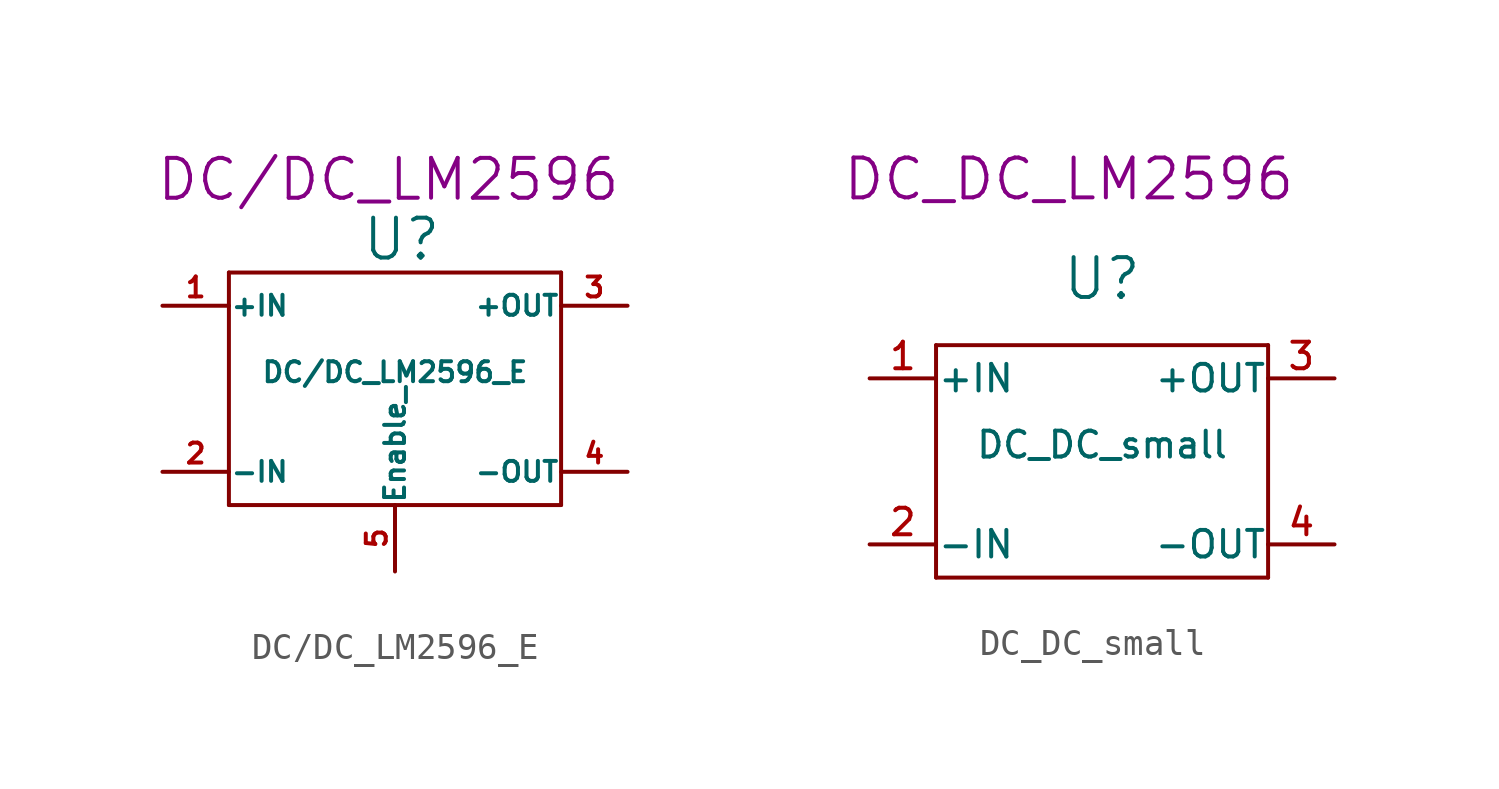
<source format=kicad_sym>
(kicad_symbol_lib
  (version 20220914)
  (generator kicad_symbol_editor)
  (symbol "DC/DC_LM2596_E"
    (pin_names
      (offset 0.025))
    (property "Reference" "U"
      (at 0.254 5.588 0)
      (effects (font (size 1.524 1.524))))
    (property "Value" "DC/DC_LM2596_E"
      (at 0 0.508 0)
      (effects (font (size 0.762 0.762))))
    (property "Footprint" "DC/DC_LM2596"
      (at -0.254 7.874 0)
      (effects (font (size 1.524 1.524))))
    (property "Datasheet" ""
      (at 0 -0.762 0)
      (effects (font (size 1.524 1.524))))
    (symbol "DC/DC_LM2596_E_0_1"
      (rectangle (start -6.35 4.318) (end -6.35 -4.572) (stroke (width 0) (type solid)) (fill (type none)))
      (rectangle (start -6.35 4.318) (end 6.35 4.318) (stroke (width 0) (type solid)) (fill (type none)))
      (rectangle (start 6.35 -4.572) (end -6.35 -4.572) (stroke (width 0) (type solid)) (fill (type none)))
      (rectangle (start 6.35 4.318) (end 6.35 -4.572) (stroke (width 0) (type solid)) (fill (type none))))
    (symbol "DC/DC_LM2596_E_1_1"
      (pin power_in line (at -8.89 3.048 0) (length 2.54) (name "+IN" (effects (font (size 0.762 0.762)))) (number "1" (effects (font (size 0.762 0.762)))))
      (pin power_in line (at -8.89 -3.302 0) (length 2.54) (name "-IN" (effects (font (size 0.762 0.762)))) (number "2" (effects (font (size 0.762 0.762)))))
      (pin power_out line (at 8.89 3.048 180) (length 2.54) (name "+OUT" (effects (font (size 0.762 0.762)))) (number "3" (effects (font (size 0.762 0.762)))))
      (pin power_in line (at 8.89 -3.302 180) (length 2.54) (name "-OUT" (effects (font (size 0.762 0.762)))) (number "4" (effects (font (size 0.762 0.762)))))
      (pin input line (at 0 -7.112 90) (length 2.54) (name "Enable_" (effects (font (size 0.762 0.762)))) (number "5" (effects (font (size 0.762 0.762)))))))
  (symbol "DC_DC_small"
    (pin_names
      (offset 0.025))
    (property "Reference" "U"
      (at 0 7.62 0)
      (effects (font (size 1.524 1.524))))
    (property "Value" "DC_DC_small"
      (at 0 1.27 0)
      (effects (font (size 0.991 0.991))))
    (property "Footprint" "DC_DC_LM2596"
      (at -1.27 11.43 0)
      (effects (font (size 1.524 1.524))))
    (property "Datasheet" ""
      (at 0 7.62 0)
      (effects (font (size 1.524 1.524))))
    (symbol "DC_DC_small_0_1"
      (rectangle (start -6.35 5.08) (end -6.35 -3.81) (stroke (width 0) (type solid)) (fill (type none)))
      (rectangle (start -6.35 5.08) (end 6.35 5.08) (stroke (width 0) (type solid)) (fill (type none)))
      (rectangle (start 6.35 -3.81) (end -6.35 -3.81) (stroke (width 0) (type solid)) (fill (type none)))
      (rectangle (start 6.35 5.08) (end 6.35 -3.81) (stroke (width 0) (type solid)) (fill (type none))))
    (symbol "DC_DC_small_1_1"
      (pin power_in line (at -8.89 3.81 0) (length 2.54) (name "+IN" (effects (font (size 1.016 1.016)))) (number "1" (effects (font (size 1.016 1.016)))))
      (pin power_in line (at -8.89 -2.54 0) (length 2.54) (name "-IN" (effects (font (size 1.016 1.016)))) (number "2" (effects (font (size 1.016 1.016)))))
      (pin power_out line (at 8.89 3.81 180) (length 2.54) (name "+OUT" (effects (font (size 1.016 1.016)))) (number "3" (effects (font (size 1.016 1.016)))))
      (pin power_in line (at 8.89 -2.54 180) (length 2.54) (name "-OUT" (effects (font (size 1.016 1.016)))) (number "4" (effects (font (size 1.016 1.016))))))))
</source>
